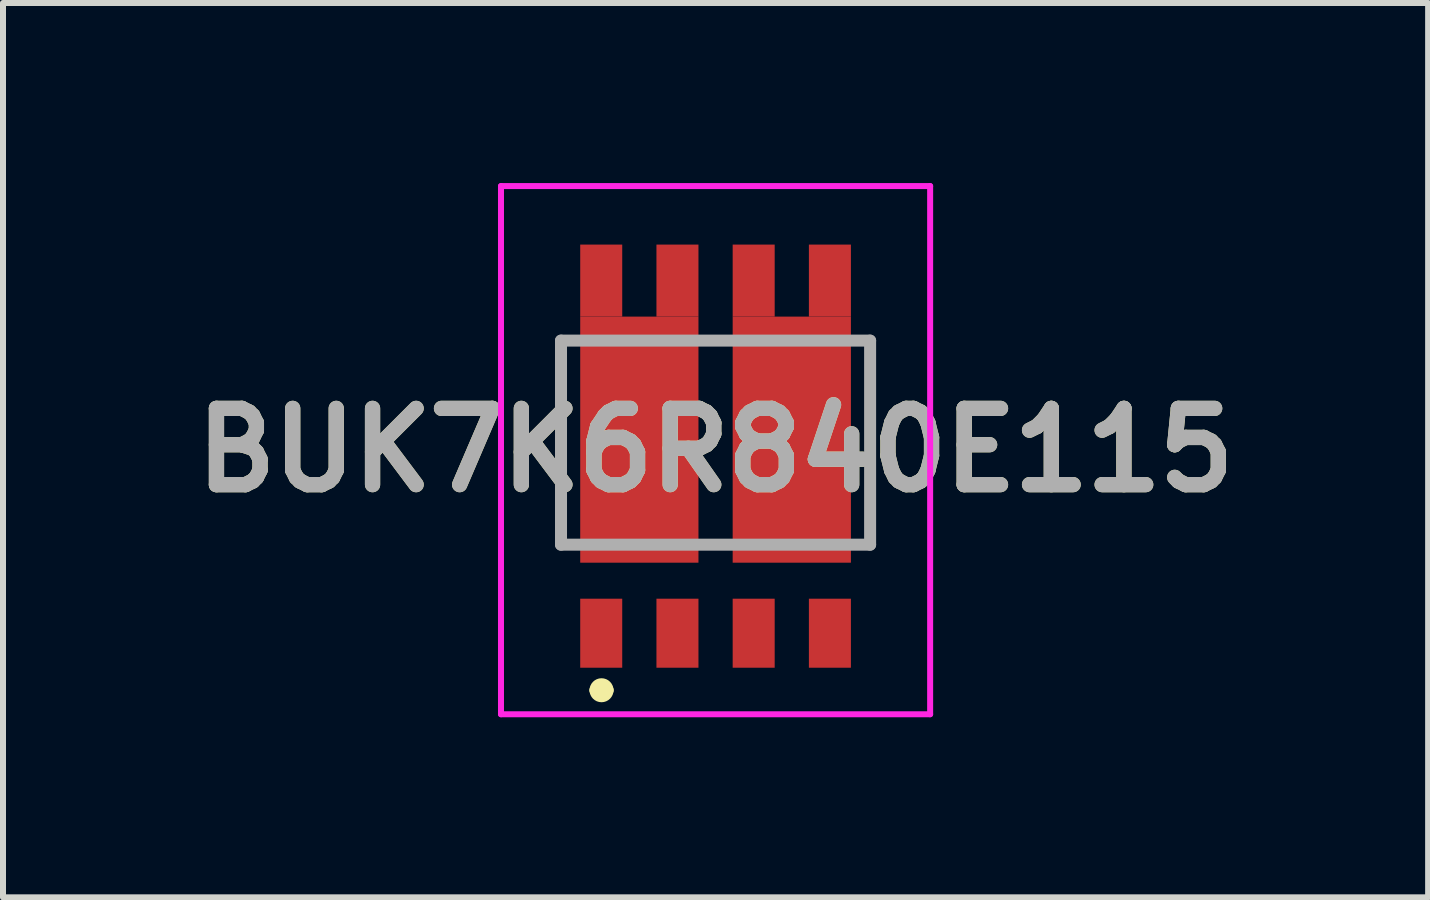
<source format=kicad_pcb>
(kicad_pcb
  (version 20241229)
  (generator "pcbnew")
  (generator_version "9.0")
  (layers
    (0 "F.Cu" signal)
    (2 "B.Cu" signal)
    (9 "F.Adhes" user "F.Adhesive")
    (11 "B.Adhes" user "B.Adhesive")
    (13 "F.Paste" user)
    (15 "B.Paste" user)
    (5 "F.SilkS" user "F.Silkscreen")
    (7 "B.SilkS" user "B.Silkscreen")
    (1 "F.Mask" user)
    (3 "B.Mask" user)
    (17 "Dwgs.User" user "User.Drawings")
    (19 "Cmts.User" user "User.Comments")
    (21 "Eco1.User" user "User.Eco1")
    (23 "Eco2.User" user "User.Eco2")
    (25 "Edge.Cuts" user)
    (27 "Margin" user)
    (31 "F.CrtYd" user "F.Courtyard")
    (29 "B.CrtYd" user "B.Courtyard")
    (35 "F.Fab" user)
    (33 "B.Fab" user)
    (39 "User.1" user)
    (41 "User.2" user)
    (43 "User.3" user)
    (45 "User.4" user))
  (footprint "BUK7K6R840E115"
    (layer "F.Cu")
    (at 8.872 4.45)
    (property "Reference" "BUK7K6R840E115" (at 0 0 0) (layer "F.SilkS") (effects (font (size 1.27 1.27) (thickness 0.254))))
    (attr smd)
    (fp_line (start -2.575 -1.863) (end -2.575 1.575) (stroke (width 0.1) (type solid)) (layer "F.SilkS"))
    (fp_line (start -2 4) (end -2 4) (stroke (width 0.2) (type solid)) (layer "F.SilkS"))
    (fp_line (start -1.8 4) (end -1.8 4) (stroke (width 0.2) (type solid)) (layer "F.SilkS"))
    (fp_line (start 2.575 -1.863) (end 2.575 1.575) (stroke (width 0.1) (type solid)) (layer "F.SilkS"))
    (fp_arc (start -2 4) (mid -1.9 3.9) (end -1.8 4) (stroke (width 0.2) (type solid)) (layer "F.SilkS"))
    (fp_arc (start -1.8 4) (mid -1.9 4.1) (end -2 4) (stroke (width 0.2) (type solid)) (layer "F.SilkS"))
    (fp_line (start -3.575 -4.4) (end 3.575 -4.4) (stroke (width 0.1) (type solid)) (layer "F.CrtYd"))
    (fp_line (start -3.575 4.4) (end -3.575 -4.4) (stroke (width 0.1) (type solid)) (layer "F.CrtYd"))
    (fp_line (start 3.575 -4.4) (end 3.575 4.4) (stroke (width 0.1) (type solid)) (layer "F.CrtYd"))
    (fp_line (start 3.575 4.4) (end -3.575 4.4) (stroke (width 0.1) (type solid)) (layer "F.CrtYd"))
    (fp_line (start -2.575 -1.825) (end 2.575 -1.825) (stroke (width 0.2) (type solid)) (layer "F.Fab"))
    (fp_line (start -2.575 1.575) (end -2.575 -1.825) (stroke (width 0.2) (type solid)) (layer "F.Fab"))
    (fp_line (start 2.575 -1.825) (end 2.575 1.575) (stroke (width 0.2) (type solid)) (layer "F.Fab"))
    (fp_line (start 2.575 1.575) (end -2.575 1.575) (stroke (width 0.2) (type solid)) (layer "F.Fab"))
    (fp_text user "${REFERENCE}" (at 0 0 0) (layer "F.Fab") (effects (font (size 1.27 1.27) (thickness 0.254))))
    (pad "1" smd rect (at -1.905 3.05) (size 0.7 1.15) (layers "F.Cu" "F.Mask" "F.Paste"))
    (pad "2" smd rect (at -0.635 3.05) (size 0.7 1.15) (layers "F.Cu" "F.Mask" "F.Paste"))
    (pad "3" smd rect (at 0.635 3.05) (size 0.7 1.15) (layers "F.Cu" "F.Mask" "F.Paste"))
    (pad "4" smd rect (at 1.905 3.05) (size 0.7 1.15) (layers "F.Cu" "F.Mask" "F.Paste"))
    (pad "5" smd rect (at 1.905 -2.825) (size 0.7 1.2) (layers "F.Cu" "F.Mask" "F.Paste"))
    (pad "6" smd rect (at 0.635 -2.825) (size 0.7 1.2) (layers "F.Cu" "F.Mask" "F.Paste"))
    (pad "7" smd rect (at -0.635 -2.825) (size 0.7 1.2) (layers "F.Cu" "F.Mask" "F.Paste"))
    (pad "8" smd rect (at -1.905 -2.825) (size 0.7 1.2) (layers "F.Cu" "F.Mask" "F.Paste"))
    (pad "9" smd rect (at -1.27 -0.175) (size 1.97 4.1) (layers "F.Cu" "F.Mask" "F.Paste"))
    (pad "10" smd rect (at 1.27 -0.175) (size 1.97 4.1) (layers "F.Cu" "F.Mask" "F.Paste")))
  (gr_rect
    (start -3 -3)
    (end 20.744 11.9)
    (stroke (width 0.1) (type default))
    (fill no)
    (layer "Edge.Cuts")))
</source>
